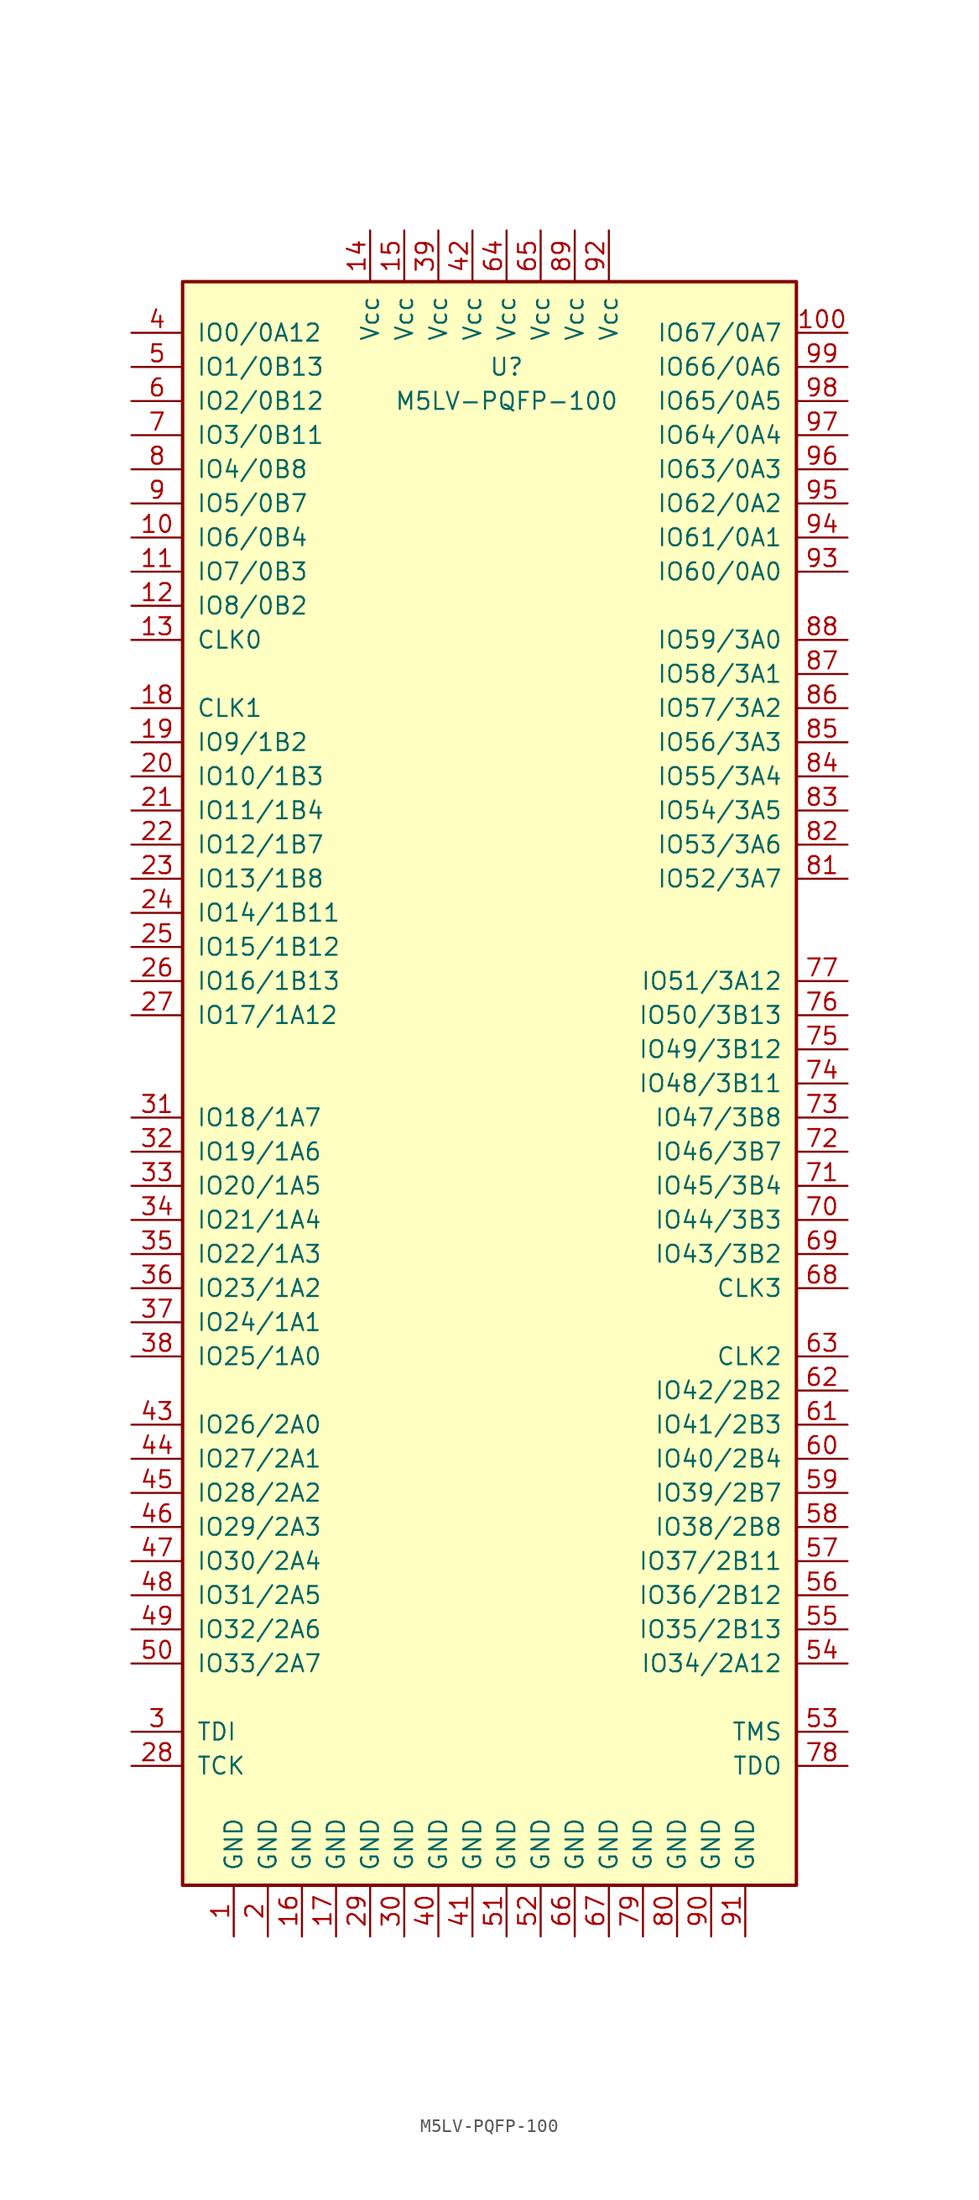
<source format=kicad_sym>
(kicad_symbol_lib
  (version 20220914)
  (generator kicad_symbol_editor)
  (symbol "M5LV-PQFP-100"
    (pin_names
      (offset 1.016))
    (property "Reference" "U"
      (at 1.27 53.34 0)
      (effects (font (size 1.27 1.27))))
    (property "Value" "M5LV-PQFP-100"
      (at 1.27 50.8 0)
      (effects (font (size 1.27 1.27))))
    (symbol "M5LV-PQFP-100_0_1"
      (rectangle (start 22.86 -59.69) (end -22.86 59.69) (stroke (width 0.254) (type default)) (fill (type background))))
    (symbol "M5LV-PQFP-100_1_1"
      (pin power_in line (at -19.05 -63.5 90) (length 3.81) (name "GND" (effects (font (size 1.27 1.27)))) (number "1" (effects (font (size 1.27 1.27)))))
      (pin bidirectional line (at -26.67 40.64 0) (length 3.81) (name "IO6/0B4" (effects (font (size 1.27 1.27)))) (number "10" (effects (font (size 1.27 1.27)))))
      (pin bidirectional line (at 26.67 55.88 180) (length 3.81) (name "IO67/0A7" (effects (font (size 1.27 1.27)))) (number "100" (effects (font (size 1.27 1.27)))))
      (pin bidirectional line (at -26.67 38.1 0) (length 3.81) (name "IO7/0B3" (effects (font (size 1.27 1.27)))) (number "11" (effects (font (size 1.27 1.27)))))
      (pin bidirectional line (at -26.67 35.56 0) (length 3.81) (name "IO8/0B2" (effects (font (size 1.27 1.27)))) (number "12" (effects (font (size 1.27 1.27)))))
      (pin input line (at -26.67 33.02 0) (length 3.81) (name "CLK0" (effects (font (size 1.27 1.27)))) (number "13" (effects (font (size 1.27 1.27)))))
      (pin power_in line (at -8.89 63.5 270) (length 3.81) (name "Vcc" (effects (font (size 1.27 1.27)))) (number "14" (effects (font (size 1.27 1.27)))))
      (pin power_in line (at -6.35 63.5 270) (length 3.81) (name "Vcc" (effects (font (size 1.27 1.27)))) (number "15" (effects (font (size 1.27 1.27)))))
      (pin power_in line (at -13.97 -63.5 90) (length 3.81) (name "GND" (effects (font (size 1.27 1.27)))) (number "16" (effects (font (size 1.27 1.27)))))
      (pin power_in line (at -11.43 -63.5 90) (length 3.81) (name "GND" (effects (font (size 1.27 1.27)))) (number "17" (effects (font (size 1.27 1.27)))))
      (pin input line (at -26.67 27.94 0) (length 3.81) (name "CLK1" (effects (font (size 1.27 1.27)))) (number "18" (effects (font (size 1.27 1.27)))))
      (pin bidirectional line (at -26.67 25.4 0) (length 3.81) (name "IO9/1B2" (effects (font (size 1.27 1.27)))) (number "19" (effects (font (size 1.27 1.27)))))
      (pin power_in line (at -16.51 -63.5 90) (length 3.81) (name "GND" (effects (font (size 1.27 1.27)))) (number "2" (effects (font (size 1.27 1.27)))))
      (pin bidirectional line (at -26.67 22.86 0) (length 3.81) (name "IO10/1B3" (effects (font (size 1.27 1.27)))) (number "20" (effects (font (size 1.27 1.27)))))
      (pin bidirectional line (at -26.67 20.32 0) (length 3.81) (name "IO11/1B4" (effects (font (size 1.27 1.27)))) (number "21" (effects (font (size 1.27 1.27)))))
      (pin bidirectional line (at -26.67 17.78 0) (length 3.81) (name "IO12/1B7" (effects (font (size 1.27 1.27)))) (number "22" (effects (font (size 1.27 1.27)))))
      (pin bidirectional line (at -26.67 15.24 0) (length 3.81) (name "IO13/1B8" (effects (font (size 1.27 1.27)))) (number "23" (effects (font (size 1.27 1.27)))))
      (pin bidirectional line (at -26.67 12.7 0) (length 3.81) (name "IO14/1B11" (effects (font (size 1.27 1.27)))) (number "24" (effects (font (size 1.27 1.27)))))
      (pin bidirectional line (at -26.67 10.16 0) (length 3.81) (name "IO15/1B12" (effects (font (size 1.27 1.27)))) (number "25" (effects (font (size 1.27 1.27)))))
      (pin bidirectional line (at -26.67 7.62 0) (length 3.81) (name "IO16/1B13" (effects (font (size 1.27 1.27)))) (number "26" (effects (font (size 1.27 1.27)))))
      (pin bidirectional line (at -26.67 5.08 0) (length 3.81) (name "IO17/1A12" (effects (font (size 1.27 1.27)))) (number "27" (effects (font (size 1.27 1.27)))))
      (pin input line (at -26.67 -50.8 0) (length 3.81) (name "TCK" (effects (font (size 1.27 1.27)))) (number "28" (effects (font (size 1.27 1.27)))))
      (pin power_in line (at -8.89 -63.5 90) (length 3.81) (name "GND" (effects (font (size 1.27 1.27)))) (number "29" (effects (font (size 1.27 1.27)))))
      (pin input line (at -26.67 -48.26 0) (length 3.81) (name "TDI" (effects (font (size 1.27 1.27)))) (number "3" (effects (font (size 1.27 1.27)))))
      (pin power_in line (at -6.35 -63.5 90) (length 3.81) (name "GND" (effects (font (size 1.27 1.27)))) (number "30" (effects (font (size 1.27 1.27)))))
      (pin bidirectional line (at -26.67 -2.54 0) (length 3.81) (name "IO18/1A7" (effects (font (size 1.27 1.27)))) (number "31" (effects (font (size 1.27 1.27)))))
      (pin bidirectional line (at -26.67 -5.08 0) (length 3.81) (name "IO19/1A6" (effects (font (size 1.27 1.27)))) (number "32" (effects (font (size 1.27 1.27)))))
      (pin bidirectional line (at -26.67 -7.62 0) (length 3.81) (name "IO20/1A5" (effects (font (size 1.27 1.27)))) (number "33" (effects (font (size 1.27 1.27)))))
      (pin bidirectional line (at -26.67 -10.16 0) (length 3.81) (name "IO21/1A4" (effects (font (size 1.27 1.27)))) (number "34" (effects (font (size 1.27 1.27)))))
      (pin bidirectional line (at -26.67 -12.7 0) (length 3.81) (name "IO22/1A3" (effects (font (size 1.27 1.27)))) (number "35" (effects (font (size 1.27 1.27)))))
      (pin bidirectional line (at -26.67 -15.24 0) (length 3.81) (name "IO23/1A2" (effects (font (size 1.27 1.27)))) (number "36" (effects (font (size 1.27 1.27)))))
      (pin bidirectional line (at -26.67 -17.78 0) (length 3.81) (name "IO24/1A1" (effects (font (size 1.27 1.27)))) (number "37" (effects (font (size 1.27 1.27)))))
      (pin bidirectional line (at -26.67 -20.32 0) (length 3.81) (name "IO25/1A0" (effects (font (size 1.27 1.27)))) (number "38" (effects (font (size 1.27 1.27)))))
      (pin power_in line (at -3.81 63.5 270) (length 3.81) (name "Vcc" (effects (font (size 1.27 1.27)))) (number "39" (effects (font (size 1.27 1.27)))))
      (pin bidirectional line (at -26.67 55.88 0) (length 3.81) (name "IO0/0A12" (effects (font (size 1.27 1.27)))) (number "4" (effects (font (size 1.27 1.27)))))
      (pin power_in line (at -3.81 -63.5 90) (length 3.81) (name "GND" (effects (font (size 1.27 1.27)))) (number "40" (effects (font (size 1.27 1.27)))))
      (pin power_in line (at -1.27 -63.5 90) (length 3.81) (name "GND" (effects (font (size 1.27 1.27)))) (number "41" (effects (font (size 1.27 1.27)))))
      (pin power_in line (at -1.27 63.5 270) (length 3.81) (name "Vcc" (effects (font (size 1.27 1.27)))) (number "42" (effects (font (size 1.27 1.27)))))
      (pin bidirectional line (at -26.67 -25.4 0) (length 3.81) (name "IO26/2A0" (effects (font (size 1.27 1.27)))) (number "43" (effects (font (size 1.27 1.27)))))
      (pin bidirectional line (at -26.67 -27.94 0) (length 3.81) (name "IO27/2A1" (effects (font (size 1.27 1.27)))) (number "44" (effects (font (size 1.27 1.27)))))
      (pin bidirectional line (at -26.67 -30.48 0) (length 3.81) (name "IO28/2A2" (effects (font (size 1.27 1.27)))) (number "45" (effects (font (size 1.27 1.27)))))
      (pin bidirectional line (at -26.67 -33.02 0) (length 3.81) (name "IO29/2A3" (effects (font (size 1.27 1.27)))) (number "46" (effects (font (size 1.27 1.27)))))
      (pin bidirectional line (at -26.67 -35.56 0) (length 3.81) (name "IO30/2A4" (effects (font (size 1.27 1.27)))) (number "47" (effects (font (size 1.27 1.27)))))
      (pin bidirectional line (at -26.67 -38.1 0) (length 3.81) (name "IO31/2A5" (effects (font (size 1.27 1.27)))) (number "48" (effects (font (size 1.27 1.27)))))
      (pin bidirectional line (at -26.67 -40.64 0) (length 3.81) (name "IO32/2A6" (effects (font (size 1.27 1.27)))) (number "49" (effects (font (size 1.27 1.27)))))
      (pin bidirectional line (at -26.67 53.34 0) (length 3.81) (name "IO1/0B13" (effects (font (size 1.27 1.27)))) (number "5" (effects (font (size 1.27 1.27)))))
      (pin bidirectional line (at -26.67 -43.18 0) (length 3.81) (name "IO33/2A7" (effects (font (size 1.27 1.27)))) (number "50" (effects (font (size 1.27 1.27)))))
      (pin power_in line (at 1.27 -63.5 90) (length 3.81) (name "GND" (effects (font (size 1.27 1.27)))) (number "51" (effects (font (size 1.27 1.27)))))
      (pin power_in line (at 3.81 -63.5 90) (length 3.81) (name "GND" (effects (font (size 1.27 1.27)))) (number "52" (effects (font (size 1.27 1.27)))))
      (pin input line (at 26.67 -48.26 180) (length 3.81) (name "TMS" (effects (font (size 1.27 1.27)))) (number "53" (effects (font (size 1.27 1.27)))))
      (pin bidirectional line (at 26.67 -43.18 180) (length 3.81) (name "IO34/2A12" (effects (font (size 1.27 1.27)))) (number "54" (effects (font (size 1.27 1.27)))))
      (pin bidirectional line (at 26.67 -40.64 180) (length 3.81) (name "IO35/2B13" (effects (font (size 1.27 1.27)))) (number "55" (effects (font (size 1.27 1.27)))))
      (pin bidirectional line (at 26.67 -38.1 180) (length 3.81) (name "IO36/2B12" (effects (font (size 1.27 1.27)))) (number "56" (effects (font (size 1.27 1.27)))))
      (pin bidirectional line (at 26.67 -35.56 180) (length 3.81) (name "IO37/2B11" (effects (font (size 1.27 1.27)))) (number "57" (effects (font (size 1.27 1.27)))))
      (pin bidirectional line (at 26.67 -33.02 180) (length 3.81) (name "IO38/2B8" (effects (font (size 1.27 1.27)))) (number "58" (effects (font (size 1.27 1.27)))))
      (pin bidirectional line (at 26.67 -30.48 180) (length 3.81) (name "IO39/2B7" (effects (font (size 1.27 1.27)))) (number "59" (effects (font (size 1.27 1.27)))))
      (pin bidirectional line (at -26.67 50.8 0) (length 3.81) (name "IO2/0B12" (effects (font (size 1.27 1.27)))) (number "6" (effects (font (size 1.27 1.27)))))
      (pin bidirectional line (at 26.67 -27.94 180) (length 3.81) (name "IO40/2B4" (effects (font (size 1.27 1.27)))) (number "60" (effects (font (size 1.27 1.27)))))
      (pin bidirectional line (at 26.67 -25.4 180) (length 3.81) (name "IO41/2B3" (effects (font (size 1.27 1.27)))) (number "61" (effects (font (size 1.27 1.27)))))
      (pin bidirectional line (at 26.67 -22.86 180) (length 3.81) (name "IO42/2B2" (effects (font (size 1.27 1.27)))) (number "62" (effects (font (size 1.27 1.27)))))
      (pin input line (at 26.67 -20.32 180) (length 3.81) (name "CLK2" (effects (font (size 1.27 1.27)))) (number "63" (effects (font (size 1.27 1.27)))))
      (pin power_in line (at 1.27 63.5 270) (length 3.81) (name "Vcc" (effects (font (size 1.27 1.27)))) (number "64" (effects (font (size 1.27 1.27)))))
      (pin power_in line (at 3.81 63.5 270) (length 3.81) (name "Vcc" (effects (font (size 1.27 1.27)))) (number "65" (effects (font (size 1.27 1.27)))))
      (pin power_in line (at 6.35 -63.5 90) (length 3.81) (name "GND" (effects (font (size 1.27 1.27)))) (number "66" (effects (font (size 1.27 1.27)))))
      (pin power_in line (at 8.89 -63.5 90) (length 3.81) (name "GND" (effects (font (size 1.27 1.27)))) (number "67" (effects (font (size 1.27 1.27)))))
      (pin input line (at 26.67 -15.24 180) (length 3.81) (name "CLK3" (effects (font (size 1.27 1.27)))) (number "68" (effects (font (size 1.27 1.27)))))
      (pin bidirectional line (at 26.67 -12.7 180) (length 3.81) (name "IO43/3B2" (effects (font (size 1.27 1.27)))) (number "69" (effects (font (size 1.27 1.27)))))
      (pin bidirectional line (at -26.67 48.26 0) (length 3.81) (name "IO3/0B11" (effects (font (size 1.27 1.27)))) (number "7" (effects (font (size 1.27 1.27)))))
      (pin bidirectional line (at 26.67 -10.16 180) (length 3.81) (name "IO44/3B3" (effects (font (size 1.27 1.27)))) (number "70" (effects (font (size 1.27 1.27)))))
      (pin bidirectional line (at 26.67 -7.62 180) (length 3.81) (name "IO45/3B4" (effects (font (size 1.27 1.27)))) (number "71" (effects (font (size 1.27 1.27)))))
      (pin bidirectional line (at 26.67 -5.08 180) (length 3.81) (name "IO46/3B7" (effects (font (size 1.27 1.27)))) (number "72" (effects (font (size 1.27 1.27)))))
      (pin bidirectional line (at 26.67 -2.54 180) (length 3.81) (name "IO47/3B8" (effects (font (size 1.27 1.27)))) (number "73" (effects (font (size 1.27 1.27)))))
      (pin bidirectional line (at 26.67 0 180) (length 3.81) (name "IO48/3B11" (effects (font (size 1.27 1.27)))) (number "74" (effects (font (size 1.27 1.27)))))
      (pin bidirectional line (at 26.67 2.54 180) (length 3.81) (name "IO49/3B12" (effects (font (size 1.27 1.27)))) (number "75" (effects (font (size 1.27 1.27)))))
      (pin bidirectional line (at 26.67 5.08 180) (length 3.81) (name "IO50/3B13" (effects (font (size 1.27 1.27)))) (number "76" (effects (font (size 1.27 1.27)))))
      (pin bidirectional line (at 26.67 7.62 180) (length 3.81) (name "IO51/3A12" (effects (font (size 1.27 1.27)))) (number "77" (effects (font (size 1.27 1.27)))))
      (pin input line (at 26.67 -50.8 180) (length 3.81) (name "TDO" (effects (font (size 1.27 1.27)))) (number "78" (effects (font (size 1.27 1.27)))))
      (pin power_in line (at 11.43 -63.5 90) (length 3.81) (name "GND" (effects (font (size 1.27 1.27)))) (number "79" (effects (font (size 1.27 1.27)))))
      (pin bidirectional line (at -26.67 45.72 0) (length 3.81) (name "IO4/0B8" (effects (font (size 1.27 1.27)))) (number "8" (effects (font (size 1.27 1.27)))))
      (pin power_in line (at 13.97 -63.5 90) (length 3.81) (name "GND" (effects (font (size 1.27 1.27)))) (number "80" (effects (font (size 1.27 1.27)))))
      (pin bidirectional line (at 26.67 15.24 180) (length 3.81) (name "IO52/3A7" (effects (font (size 1.27 1.27)))) (number "81" (effects (font (size 1.27 1.27)))))
      (pin bidirectional line (at 26.67 17.78 180) (length 3.81) (name "IO53/3A6" (effects (font (size 1.27 1.27)))) (number "82" (effects (font (size 1.27 1.27)))))
      (pin bidirectional line (at 26.67 20.32 180) (length 3.81) (name "IO54/3A5" (effects (font (size 1.27 1.27)))) (number "83" (effects (font (size 1.27 1.27)))))
      (pin bidirectional line (at 26.67 22.86 180) (length 3.81) (name "IO55/3A4" (effects (font (size 1.27 1.27)))) (number "84" (effects (font (size 1.27 1.27)))))
      (pin bidirectional line (at 26.67 25.4 180) (length 3.81) (name "IO56/3A3" (effects (font (size 1.27 1.27)))) (number "85" (effects (font (size 1.27 1.27)))))
      (pin bidirectional line (at 26.67 27.94 180) (length 3.81) (name "IO57/3A2" (effects (font (size 1.27 1.27)))) (number "86" (effects (font (size 1.27 1.27)))))
      (pin bidirectional line (at 26.67 30.48 180) (length 3.81) (name "IO58/3A1" (effects (font (size 1.27 1.27)))) (number "87" (effects (font (size 1.27 1.27)))))
      (pin bidirectional line (at 26.67 33.02 180) (length 3.81) (name "IO59/3A0" (effects (font (size 1.27 1.27)))) (number "88" (effects (font (size 1.27 1.27)))))
      (pin power_in line (at 6.35 63.5 270) (length 3.81) (name "Vcc" (effects (font (size 1.27 1.27)))) (number "89" (effects (font (size 1.27 1.27)))))
      (pin bidirectional line (at -26.67 43.18 0) (length 3.81) (name "IO5/0B7" (effects (font (size 1.27 1.27)))) (number "9" (effects (font (size 1.27 1.27)))))
      (pin power_in line (at 16.51 -63.5 90) (length 3.81) (name "GND" (effects (font (size 1.27 1.27)))) (number "90" (effects (font (size 1.27 1.27)))))
      (pin power_in line (at 19.05 -63.5 90) (length 3.81) (name "GND" (effects (font (size 1.27 1.27)))) (number "91" (effects (font (size 1.27 1.27)))))
      (pin power_in line (at 8.89 63.5 270) (length 3.81) (name "Vcc" (effects (font (size 1.27 1.27)))) (number "92" (effects (font (size 1.27 1.27)))))
      (pin bidirectional line (at 26.67 38.1 180) (length 3.81) (name "IO60/0A0" (effects (font (size 1.27 1.27)))) (number "93" (effects (font (size 1.27 1.27)))))
      (pin bidirectional line (at 26.67 40.64 180) (length 3.81) (name "IO61/0A1" (effects (font (size 1.27 1.27)))) (number "94" (effects (font (size 1.27 1.27)))))
      (pin bidirectional line (at 26.67 43.18 180) (length 3.81) (name "IO62/0A2" (effects (font (size 1.27 1.27)))) (number "95" (effects (font (size 1.27 1.27)))))
      (pin bidirectional line (at 26.67 45.72 180) (length 3.81) (name "IO63/0A3" (effects (font (size 1.27 1.27)))) (number "96" (effects (font (size 1.27 1.27)))))
      (pin bidirectional line (at 26.67 48.26 180) (length 3.81) (name "IO64/0A4" (effects (font (size 1.27 1.27)))) (number "97" (effects (font (size 1.27 1.27)))))
      (pin bidirectional line (at 26.67 50.8 180) (length 3.81) (name "IO65/0A5" (effects (font (size 1.27 1.27)))) (number "98" (effects (font (size 1.27 1.27)))))
      (pin bidirectional line (at 26.67 53.34 180) (length 3.81) (name "IO66/0A6" (effects (font (size 1.27 1.27)))) (number "99" (effects (font (size 1.27 1.27))))))))
</source>
